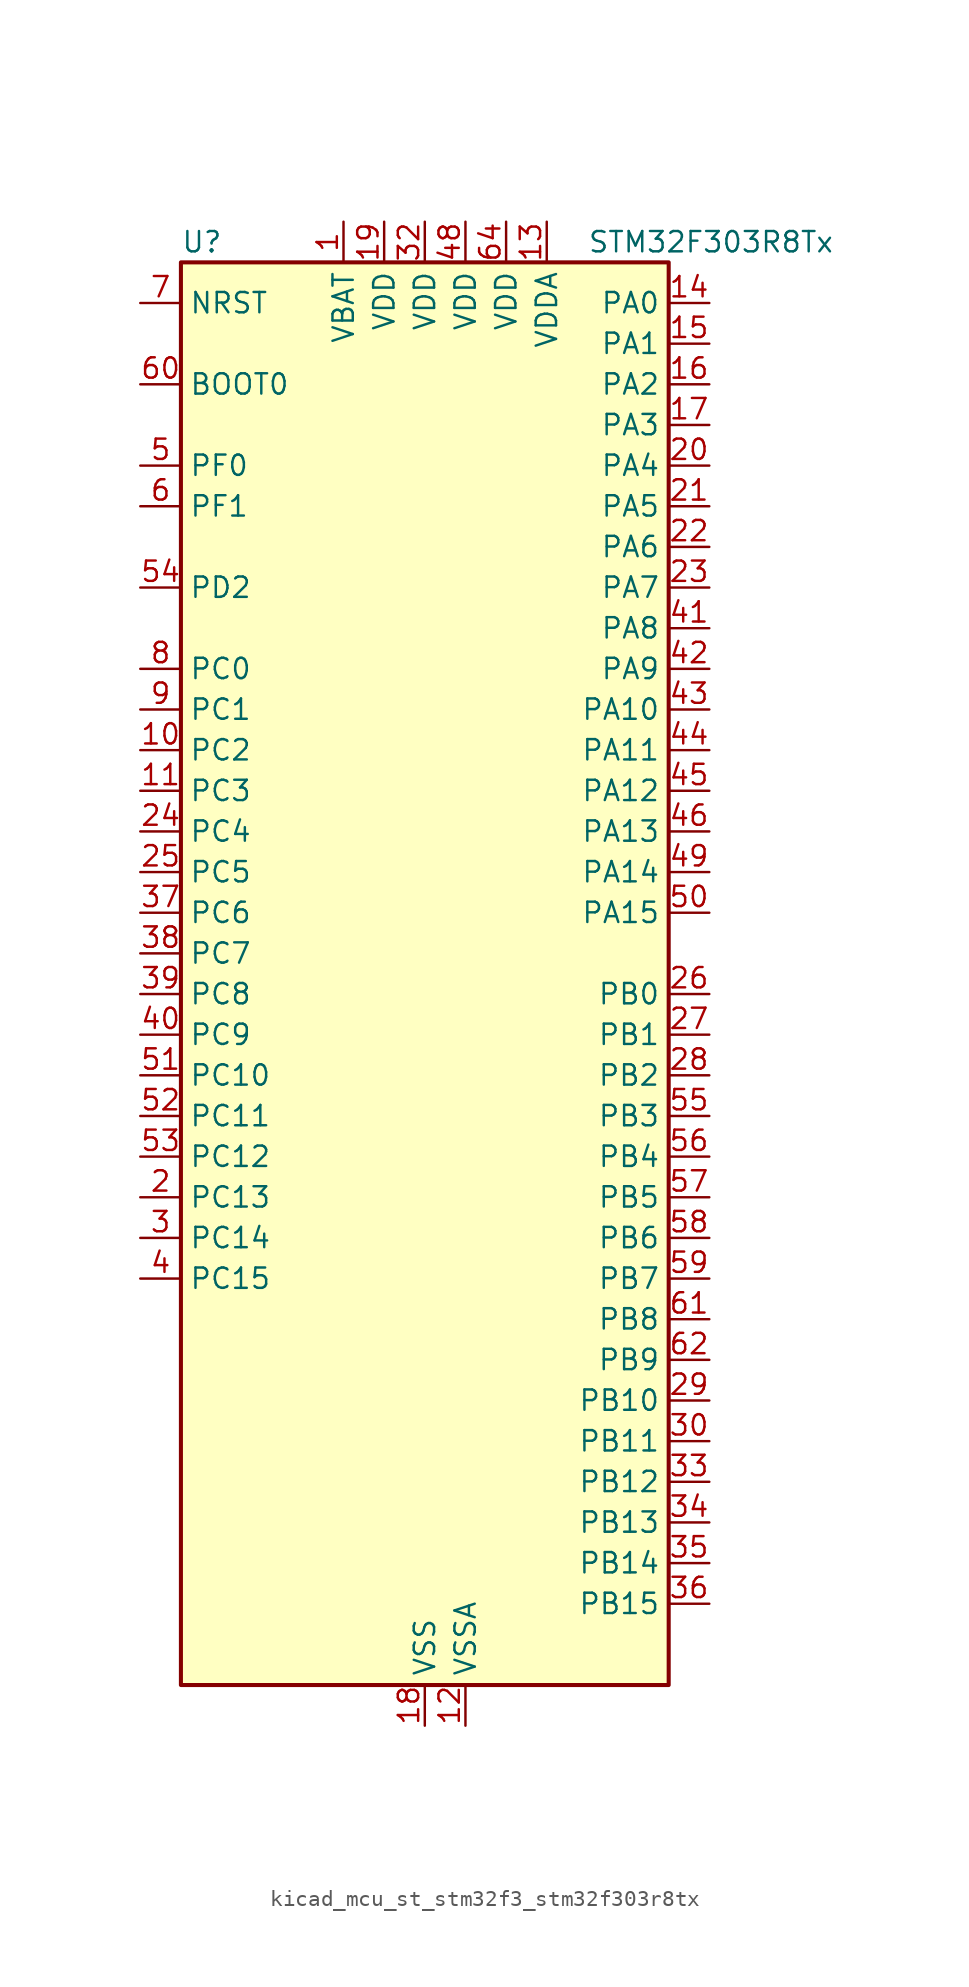
<source format=kicad_sym>
(kicad_symbol_lib
  (version 20220914)
  (generator kicad_symbol_editor)
  (symbol "kicad_mcu_st_stm32f3_stm32f303r8tx"
    (property "Reference" "U"
      (at -15.24 46.99 0)
      (effects (font (size 1.27 1.27)) (justify left)))
    (property "Value" "STM32F303R8Tx"
      (at 10.16 46.99 0)
      (effects (font (size 1.27 1.27)) (justify left)))
    (property "ki_locked" ""
      (at 0 0 0)
      (effects (font (size 1.27 1.27))))
    (symbol "kicad_mcu_st_stm32f3_stm32f303r8tx_0_1"
      (rectangle (start -15.24 -43.18) (end 15.24 45.72) (stroke (width 0.254) (type default)) (fill (type background))))
    (symbol "kicad_mcu_st_stm32f3_stm32f303r8tx_1_1"
      (pin power_in line (at -5.08 48.26 270) (length 2.54) (name "VBAT" (effects (font (size 1.27 1.27)))) (number "1" (effects (font (size 1.27 1.27)))))
      (pin bidirectional line (at -17.78 15.24 0) (length 2.54) (name "PC2" (effects (font (size 1.27 1.27)))) (number "10" (effects (font (size 1.27 1.27)))) (alternate "ADC1_IN8" bidirectional line) (alternate "ADC2_IN8" bidirectional line) (alternate "TIM1_CH3" bidirectional line))
      (pin bidirectional line (at -17.78 12.7 0) (length 2.54) (name "PC3" (effects (font (size 1.27 1.27)))) (number "11" (effects (font (size 1.27 1.27)))) (alternate "ADC1_IN9" bidirectional line) (alternate "ADC2_IN9" bidirectional line) (alternate "TIM1_BKIN2" bidirectional line) (alternate "TIM1_CH4" bidirectional line))
      (pin power_in line (at 2.54 -45.72 90) (length 2.54) (name "VSSA" (effects (font (size 1.27 1.27)))) (number "12" (effects (font (size 1.27 1.27)))))
      (pin power_in line (at 7.62 48.26 270) (length 2.54) (name "VDDA" (effects (font (size 1.27 1.27)))) (number "13" (effects (font (size 1.27 1.27)))))
      (pin bidirectional line (at 17.78 43.18 180) (length 2.54) (name "PA0" (effects (font (size 1.27 1.27)))) (number "14" (effects (font (size 1.27 1.27)))) (alternate "ADC1_IN1" bidirectional line) (alternate "RTC_TAMP2" bidirectional line) (alternate "SYS_WKUP1" bidirectional line) (alternate "TIM2_CH1" bidirectional line) (alternate "TIM2_ETR" bidirectional line) (alternate "TSC_G1_IO1" bidirectional line) (alternate "USART2_CTS" bidirectional line))
      (pin bidirectional line (at 17.78 40.64 180) (length 2.54) (name "PA1" (effects (font (size 1.27 1.27)))) (number "15" (effects (font (size 1.27 1.27)))) (alternate "ADC1_IN2" bidirectional line) (alternate "RTC_REFIN" bidirectional line) (alternate "TIM15_CH1N" bidirectional line) (alternate "TIM2_CH2" bidirectional line) (alternate "TSC_G1_IO2" bidirectional line) (alternate "USART2_DE" bidirectional line) (alternate "USART2_RTS" bidirectional line))
      (pin bidirectional line (at 17.78 38.1 180) (length 2.54) (name "PA2" (effects (font (size 1.27 1.27)))) (number "16" (effects (font (size 1.27 1.27)))) (alternate "ADC1_IN3" bidirectional line) (alternate "COMP2_INM" bidirectional line) (alternate "COMP2_OUT" bidirectional line) (alternate "TIM15_CH1" bidirectional line) (alternate "TIM2_CH3" bidirectional line) (alternate "TSC_G1_IO3" bidirectional line) (alternate "USART2_TX" bidirectional line))
      (pin bidirectional line (at 17.78 35.56 180) (length 2.54) (name "PA3" (effects (font (size 1.27 1.27)))) (number "17" (effects (font (size 1.27 1.27)))) (alternate "ADC1_IN4" bidirectional line) (alternate "TIM15_CH2" bidirectional line) (alternate "TIM2_CH4" bidirectional line) (alternate "TSC_G1_IO4" bidirectional line) (alternate "USART2_RX" bidirectional line))
      (pin power_in line (at 0 -45.72 90) (length 2.54) (name "VSS" (effects (font (size 1.27 1.27)))) (number "18" (effects (font (size 1.27 1.27)))))
      (pin power_in line (at -2.54 48.26 270) (length 2.54) (name "VDD" (effects (font (size 1.27 1.27)))) (number "19" (effects (font (size 1.27 1.27)))))
      (pin bidirectional line (at -17.78 -12.7 0) (length 2.54) (name "PC13" (effects (font (size 1.27 1.27)))) (number "2" (effects (font (size 1.27 1.27)))) (alternate "RTC_OUT_ALARM" bidirectional line) (alternate "RTC_OUT_CALIB" bidirectional line) (alternate "RTC_TAMP1" bidirectional line) (alternate "RTC_TS" bidirectional line) (alternate "SYS_WKUP2" bidirectional line) (alternate "TIM1_CH1N" bidirectional line))
      (pin bidirectional line (at 17.78 33.02 180) (length 2.54) (name "PA4" (effects (font (size 1.27 1.27)))) (number "20" (effects (font (size 1.27 1.27)))) (alternate "ADC2_IN1" bidirectional line) (alternate "COMP2_INM" bidirectional line) (alternate "COMP4_INM" bidirectional line) (alternate "COMP6_INM" bidirectional line) (alternate "DAC1_OUT1" bidirectional line) (alternate "SPI1_NSS" bidirectional line) (alternate "TIM3_CH2" bidirectional line) (alternate "TSC_G2_IO1" bidirectional line) (alternate "USART2_CK" bidirectional line))
      (pin bidirectional line (at 17.78 30.48 180) (length 2.54) (name "PA5" (effects (font (size 1.27 1.27)))) (number "21" (effects (font (size 1.27 1.27)))) (alternate "ADC2_IN2" bidirectional line) (alternate "DAC1_OUT2" bidirectional line) (alternate "OPAMP2_VINM" bidirectional line) (alternate "OPAMP2_VINM_SEC" bidirectional line) (alternate "SPI1_SCK" bidirectional line) (alternate "TIM2_CH1" bidirectional line) (alternate "TIM2_ETR" bidirectional line) (alternate "TSC_G2_IO2" bidirectional line))
      (pin bidirectional line (at 17.78 27.94 180) (length 2.54) (name "PA6" (effects (font (size 1.27 1.27)))) (number "22" (effects (font (size 1.27 1.27)))) (alternate "ADC2_IN3" bidirectional line) (alternate "DAC2_OUT1" bidirectional line) (alternate "OPAMP2_VOUT" bidirectional line) (alternate "SPI1_MISO" bidirectional line) (alternate "TIM16_CH1" bidirectional line) (alternate "TIM1_BKIN" bidirectional line) (alternate "TIM3_CH1" bidirectional line) (alternate "TSC_G2_IO3" bidirectional line))
      (pin bidirectional line (at 17.78 25.4 180) (length 2.54) (name "PA7" (effects (font (size 1.27 1.27)))) (number "23" (effects (font (size 1.27 1.27)))) (alternate "ADC2_IN4" bidirectional line) (alternate "COMP2_INP" bidirectional line) (alternate "OPAMP2_VINP" bidirectional line) (alternate "OPAMP2_VINP_SEC" bidirectional line) (alternate "SPI1_MOSI" bidirectional line) (alternate "TIM17_CH1" bidirectional line) (alternate "TIM1_CH1N" bidirectional line) (alternate "TIM3_CH2" bidirectional line) (alternate "TSC_G2_IO4" bidirectional line))
      (pin bidirectional line (at -17.78 10.16 0) (length 2.54) (name "PC4" (effects (font (size 1.27 1.27)))) (number "24" (effects (font (size 1.27 1.27)))) (alternate "ADC2_IN5" bidirectional line) (alternate "TIM1_ETR" bidirectional line) (alternate "USART1_TX" bidirectional line))
      (pin bidirectional line (at -17.78 7.62 0) (length 2.54) (name "PC5" (effects (font (size 1.27 1.27)))) (number "25" (effects (font (size 1.27 1.27)))) (alternate "ADC2_IN11" bidirectional line) (alternate "OPAMP2_VINM" bidirectional line) (alternate "OPAMP2_VINM_SEC" bidirectional line) (alternate "TIM15_BKIN" bidirectional line) (alternate "TSC_G3_IO1" bidirectional line) (alternate "USART1_RX" bidirectional line))
      (pin bidirectional line (at 17.78 0 180) (length 2.54) (name "PB0" (effects (font (size 1.27 1.27)))) (number "26" (effects (font (size 1.27 1.27)))) (alternate "ADC1_IN11" bidirectional line) (alternate "COMP4_INP" bidirectional line) (alternate "OPAMP2_VINP" bidirectional line) (alternate "OPAMP2_VINP_SEC" bidirectional line) (alternate "TIM1_CH2N" bidirectional line) (alternate "TIM3_CH3" bidirectional line) (alternate "TSC_G3_IO2" bidirectional line))
      (pin bidirectional line (at 17.78 -2.54 180) (length 2.54) (name "PB1" (effects (font (size 1.27 1.27)))) (number "27" (effects (font (size 1.27 1.27)))) (alternate "ADC1_IN12" bidirectional line) (alternate "COMP4_OUT" bidirectional line) (alternate "TIM1_CH3N" bidirectional line) (alternate "TIM3_CH4" bidirectional line) (alternate "TSC_G3_IO3" bidirectional line))
      (pin bidirectional line (at 17.78 -5.08 180) (length 2.54) (name "PB2" (effects (font (size 1.27 1.27)))) (number "28" (effects (font (size 1.27 1.27)))) (alternate "ADC2_IN12" bidirectional line) (alternate "COMP4_INM" bidirectional line) (alternate "TSC_G3_IO4" bidirectional line))
      (pin bidirectional line (at 17.78 -25.4 180) (length 2.54) (name "PB10" (effects (font (size 1.27 1.27)))) (number "29" (effects (font (size 1.27 1.27)))) (alternate "TIM2_CH3" bidirectional line) (alternate "TSC_SYNC" bidirectional line) (alternate "USART3_TX" bidirectional line))
      (pin bidirectional line (at -17.78 -15.24 0) (length 2.54) (name "PC14" (effects (font (size 1.27 1.27)))) (number "3" (effects (font (size 1.27 1.27)))) (alternate "RCC_OSC32_IN" bidirectional line))
      (pin bidirectional line (at 17.78 -27.94 180) (length 2.54) (name "PB11" (effects (font (size 1.27 1.27)))) (number "30" (effects (font (size 1.27 1.27)))) (alternate "COMP6_INP" bidirectional line) (alternate "TIM2_CH4" bidirectional line) (alternate "TSC_G6_IO1" bidirectional line) (alternate "USART3_RX" bidirectional line))
      (pin passive line (at 0 -45.72 90) (length 2.54) hide (name "VSS" (effects (font (size 1.27 1.27)))) (number "31" (effects (font (size 1.27 1.27)))))
      (pin power_in line (at 0 48.26 270) (length 2.54) (name "VDD" (effects (font (size 1.27 1.27)))) (number "32" (effects (font (size 1.27 1.27)))))
      (pin bidirectional line (at 17.78 -30.48 180) (length 2.54) (name "PB12" (effects (font (size 1.27 1.27)))) (number "33" (effects (font (size 1.27 1.27)))) (alternate "ADC2_IN13" bidirectional line) (alternate "TIM1_BKIN" bidirectional line) (alternate "TSC_G6_IO2" bidirectional line) (alternate "USART3_CK" bidirectional line))
      (pin bidirectional line (at 17.78 -33.02 180) (length 2.54) (name "PB13" (effects (font (size 1.27 1.27)))) (number "34" (effects (font (size 1.27 1.27)))) (alternate "ADC1_IN13" bidirectional line) (alternate "TIM1_CH1N" bidirectional line) (alternate "TSC_G6_IO3" bidirectional line) (alternate "USART3_CTS" bidirectional line))
      (pin bidirectional line (at 17.78 -35.56 180) (length 2.54) (name "PB14" (effects (font (size 1.27 1.27)))) (number "35" (effects (font (size 1.27 1.27)))) (alternate "ADC2_IN14" bidirectional line) (alternate "OPAMP2_VINP" bidirectional line) (alternate "OPAMP2_VINP_SEC" bidirectional line) (alternate "TIM15_CH1" bidirectional line) (alternate "TIM1_CH2N" bidirectional line) (alternate "TSC_G6_IO4" bidirectional line) (alternate "USART3_DE" bidirectional line) (alternate "USART3_RTS" bidirectional line))
      (pin bidirectional line (at 17.78 -38.1 180) (length 2.54) (name "PB15" (effects (font (size 1.27 1.27)))) (number "36" (effects (font (size 1.27 1.27)))) (alternate "ADC2_IN15" bidirectional line) (alternate "COMP6_INM" bidirectional line) (alternate "RTC_REFIN" bidirectional line) (alternate "TIM15_CH1N" bidirectional line) (alternate "TIM15_CH2" bidirectional line) (alternate "TIM1_CH3N" bidirectional line))
      (pin bidirectional line (at -17.78 5.08 0) (length 2.54) (name "PC6" (effects (font (size 1.27 1.27)))) (number "37" (effects (font (size 1.27 1.27)))) (alternate "COMP6_OUT" bidirectional line) (alternate "TIM3_CH1" bidirectional line))
      (pin bidirectional line (at -17.78 2.54 0) (length 2.54) (name "PC7" (effects (font (size 1.27 1.27)))) (number "38" (effects (font (size 1.27 1.27)))) (alternate "TIM3_CH2" bidirectional line))
      (pin bidirectional line (at -17.78 0 0) (length 2.54) (name "PC8" (effects (font (size 1.27 1.27)))) (number "39" (effects (font (size 1.27 1.27)))) (alternate "TIM3_CH3" bidirectional line))
      (pin bidirectional line (at -17.78 -17.78 0) (length 2.54) (name "PC15" (effects (font (size 1.27 1.27)))) (number "4" (effects (font (size 1.27 1.27)))) (alternate "RCC_OSC32_OUT" bidirectional line))
      (pin bidirectional line (at -17.78 -2.54 0) (length 2.54) (name "PC9" (effects (font (size 1.27 1.27)))) (number "40" (effects (font (size 1.27 1.27)))) (alternate "DAC1_EXTI9" bidirectional line) (alternate "DAC2_EXTI9" bidirectional line) (alternate "TIM3_CH4" bidirectional line))
      (pin bidirectional line (at 17.78 22.86 180) (length 2.54) (name "PA8" (effects (font (size 1.27 1.27)))) (number "41" (effects (font (size 1.27 1.27)))) (alternate "RCC_MCO" bidirectional line) (alternate "TIM1_CH1" bidirectional line) (alternate "USART1_CK" bidirectional line))
      (pin bidirectional line (at 17.78 20.32 180) (length 2.54) (name "PA9" (effects (font (size 1.27 1.27)))) (number "42" (effects (font (size 1.27 1.27)))) (alternate "DAC1_EXTI9" bidirectional line) (alternate "DAC2_EXTI9" bidirectional line) (alternate "TIM15_BKIN" bidirectional line) (alternate "TIM1_CH2" bidirectional line) (alternate "TIM2_CH3" bidirectional line) (alternate "TSC_G4_IO1" bidirectional line) (alternate "USART1_TX" bidirectional line))
      (pin bidirectional line (at 17.78 17.78 180) (length 2.54) (name "PA10" (effects (font (size 1.27 1.27)))) (number "43" (effects (font (size 1.27 1.27)))) (alternate "COMP6_OUT" bidirectional line) (alternate "TIM17_BKIN" bidirectional line) (alternate "TIM1_CH3" bidirectional line) (alternate "TIM2_CH4" bidirectional line) (alternate "TSC_G4_IO2" bidirectional line) (alternate "USART1_RX" bidirectional line))
      (pin bidirectional line (at 17.78 15.24 180) (length 2.54) (name "PA11" (effects (font (size 1.27 1.27)))) (number "44" (effects (font (size 1.27 1.27)))) (alternate "CAN_RX" bidirectional line) (alternate "TIM1_BKIN2" bidirectional line) (alternate "TIM1_CH1N" bidirectional line) (alternate "TIM1_CH4" bidirectional line) (alternate "USART1_CTS" bidirectional line))
      (pin bidirectional line (at 17.78 12.7 180) (length 2.54) (name "PA12" (effects (font (size 1.27 1.27)))) (number "45" (effects (font (size 1.27 1.27)))) (alternate "CAN_TX" bidirectional line) (alternate "COMP2_OUT" bidirectional line) (alternate "TIM16_CH1" bidirectional line) (alternate "TIM1_CH2N" bidirectional line) (alternate "TIM1_ETR" bidirectional line) (alternate "USART1_DE" bidirectional line) (alternate "USART1_RTS" bidirectional line))
      (pin bidirectional line (at 17.78 10.16 180) (length 2.54) (name "PA13" (effects (font (size 1.27 1.27)))) (number "46" (effects (font (size 1.27 1.27)))) (alternate "IR_OUT" bidirectional line) (alternate "SYS_JTMS-SWDIO" bidirectional line) (alternate "TIM16_CH1N" bidirectional line) (alternate "TSC_G4_IO3" bidirectional line) (alternate "USART3_CTS" bidirectional line))
      (pin passive line (at 0 -45.72 90) (length 2.54) hide (name "VSS" (effects (font (size 1.27 1.27)))) (number "47" (effects (font (size 1.27 1.27)))))
      (pin power_in line (at 2.54 48.26 270) (length 2.54) (name "VDD" (effects (font (size 1.27 1.27)))) (number "48" (effects (font (size 1.27 1.27)))))
      (pin bidirectional line (at 17.78 7.62 180) (length 2.54) (name "PA14" (effects (font (size 1.27 1.27)))) (number "49" (effects (font (size 1.27 1.27)))) (alternate "I2C1_SDA" bidirectional line) (alternate "SYS_JTCK-SWCLK" bidirectional line) (alternate "TIM1_BKIN" bidirectional line) (alternate "TSC_G4_IO4" bidirectional line) (alternate "USART2_TX" bidirectional line))
      (pin bidirectional line (at -17.78 33.02 0) (length 2.54) (name "PF0" (effects (font (size 1.27 1.27)))) (number "5" (effects (font (size 1.27 1.27)))) (alternate "RCC_OSC_IN" bidirectional line) (alternate "TIM1_CH3N" bidirectional line))
      (pin bidirectional line (at 17.78 5.08 180) (length 2.54) (name "PA15" (effects (font (size 1.27 1.27)))) (number "50" (effects (font (size 1.27 1.27)))) (alternate "I2C1_SCL" bidirectional line) (alternate "SPI1_NSS" bidirectional line) (alternate "SYS_JTDI" bidirectional line) (alternate "TIM1_BKIN" bidirectional line) (alternate "TIM2_CH1" bidirectional line) (alternate "TIM2_ETR" bidirectional line) (alternate "TSC_SYNC" bidirectional line) (alternate "USART2_RX" bidirectional line))
      (pin bidirectional line (at -17.78 -5.08 0) (length 2.54) (name "PC10" (effects (font (size 1.27 1.27)))) (number "51" (effects (font (size 1.27 1.27)))) (alternate "USART3_TX" bidirectional line))
      (pin bidirectional line (at -17.78 -7.62 0) (length 2.54) (name "PC11" (effects (font (size 1.27 1.27)))) (number "52" (effects (font (size 1.27 1.27)))) (alternate "USART3_RX" bidirectional line))
      (pin bidirectional line (at -17.78 -10.16 0) (length 2.54) (name "PC12" (effects (font (size 1.27 1.27)))) (number "53" (effects (font (size 1.27 1.27)))) (alternate "USART3_CK" bidirectional line))
      (pin bidirectional line (at -17.78 25.4 0) (length 2.54) (name "PD2" (effects (font (size 1.27 1.27)))) (number "54" (effects (font (size 1.27 1.27)))) (alternate "TIM3_ETR" bidirectional line))
      (pin bidirectional line (at 17.78 -7.62 180) (length 2.54) (name "PB3" (effects (font (size 1.27 1.27)))) (number "55" (effects (font (size 1.27 1.27)))) (alternate "SPI1_SCK" bidirectional line) (alternate "SYS_JTDO-TRACESWO" bidirectional line) (alternate "TIM2_CH2" bidirectional line) (alternate "TIM3_ETR" bidirectional line) (alternate "TSC_G5_IO1" bidirectional line) (alternate "USART2_TX" bidirectional line))
      (pin bidirectional line (at 17.78 -10.16 180) (length 2.54) (name "PB4" (effects (font (size 1.27 1.27)))) (number "56" (effects (font (size 1.27 1.27)))) (alternate "SPI1_MISO" bidirectional line) (alternate "SYS_NJTRST" bidirectional line) (alternate "TIM16_CH1" bidirectional line) (alternate "TIM17_BKIN" bidirectional line) (alternate "TIM3_CH1" bidirectional line) (alternate "TSC_G5_IO2" bidirectional line) (alternate "USART2_RX" bidirectional line))
      (pin bidirectional line (at 17.78 -12.7 180) (length 2.54) (name "PB5" (effects (font (size 1.27 1.27)))) (number "57" (effects (font (size 1.27 1.27)))) (alternate "I2C1_SMBA" bidirectional line) (alternate "SPI1_MOSI" bidirectional line) (alternate "TIM16_BKIN" bidirectional line) (alternate "TIM17_CH1" bidirectional line) (alternate "TIM3_CH2" bidirectional line) (alternate "USART2_CK" bidirectional line))
      (pin bidirectional line (at 17.78 -15.24 180) (length 2.54) (name "PB6" (effects (font (size 1.27 1.27)))) (number "58" (effects (font (size 1.27 1.27)))) (alternate "I2C1_SCL" bidirectional line) (alternate "TIM16_CH1N" bidirectional line) (alternate "TSC_G5_IO3" bidirectional line) (alternate "USART1_TX" bidirectional line))
      (pin bidirectional line (at 17.78 -17.78 180) (length 2.54) (name "PB7" (effects (font (size 1.27 1.27)))) (number "59" (effects (font (size 1.27 1.27)))) (alternate "I2C1_SDA" bidirectional line) (alternate "TIM17_CH1N" bidirectional line) (alternate "TIM3_CH4" bidirectional line) (alternate "TSC_G5_IO4" bidirectional line) (alternate "USART1_RX" bidirectional line))
      (pin bidirectional line (at -17.78 30.48 0) (length 2.54) (name "PF1" (effects (font (size 1.27 1.27)))) (number "6" (effects (font (size 1.27 1.27)))) (alternate "RCC_OSC_OUT" bidirectional line))
      (pin input line (at -17.78 38.1 0) (length 2.54) (name "BOOT0" (effects (font (size 1.27 1.27)))) (number "60" (effects (font (size 1.27 1.27)))))
      (pin bidirectional line (at 17.78 -20.32 180) (length 2.54) (name "PB8" (effects (font (size 1.27 1.27)))) (number "61" (effects (font (size 1.27 1.27)))) (alternate "CAN_RX" bidirectional line) (alternate "I2C1_SCL" bidirectional line) (alternate "TIM16_CH1" bidirectional line) (alternate "TIM1_BKIN" bidirectional line) (alternate "TSC_SYNC" bidirectional line) (alternate "USART3_RX" bidirectional line))
      (pin bidirectional line (at 17.78 -22.86 180) (length 2.54) (name "PB9" (effects (font (size 1.27 1.27)))) (number "62" (effects (font (size 1.27 1.27)))) (alternate "CAN_TX" bidirectional line) (alternate "COMP2_OUT" bidirectional line) (alternate "DAC1_EXTI9" bidirectional line) (alternate "DAC2_EXTI9" bidirectional line) (alternate "I2C1_SDA" bidirectional line) (alternate "IR_OUT" bidirectional line) (alternate "TIM17_CH1" bidirectional line) (alternate "USART3_TX" bidirectional line))
      (pin passive line (at 0 -45.72 90) (length 2.54) hide (name "VSS" (effects (font (size 1.27 1.27)))) (number "63" (effects (font (size 1.27 1.27)))))
      (pin power_in line (at 5.08 48.26 270) (length 2.54) (name "VDD" (effects (font (size 1.27 1.27)))) (number "64" (effects (font (size 1.27 1.27)))))
      (pin input line (at -17.78 43.18 0) (length 2.54) (name "NRST" (effects (font (size 1.27 1.27)))) (number "7" (effects (font (size 1.27 1.27)))))
      (pin bidirectional line (at -17.78 20.32 0) (length 2.54) (name "PC0" (effects (font (size 1.27 1.27)))) (number "8" (effects (font (size 1.27 1.27)))) (alternate "ADC1_IN6" bidirectional line) (alternate "ADC2_IN6" bidirectional line) (alternate "TIM1_CH1" bidirectional line))
      (pin bidirectional line (at -17.78 17.78 0) (length 2.54) (name "PC1" (effects (font (size 1.27 1.27)))) (number "9" (effects (font (size 1.27 1.27)))) (alternate "ADC1_IN7" bidirectional line) (alternate "ADC2_IN7" bidirectional line) (alternate "TIM1_CH2" bidirectional line)))))
</source>
